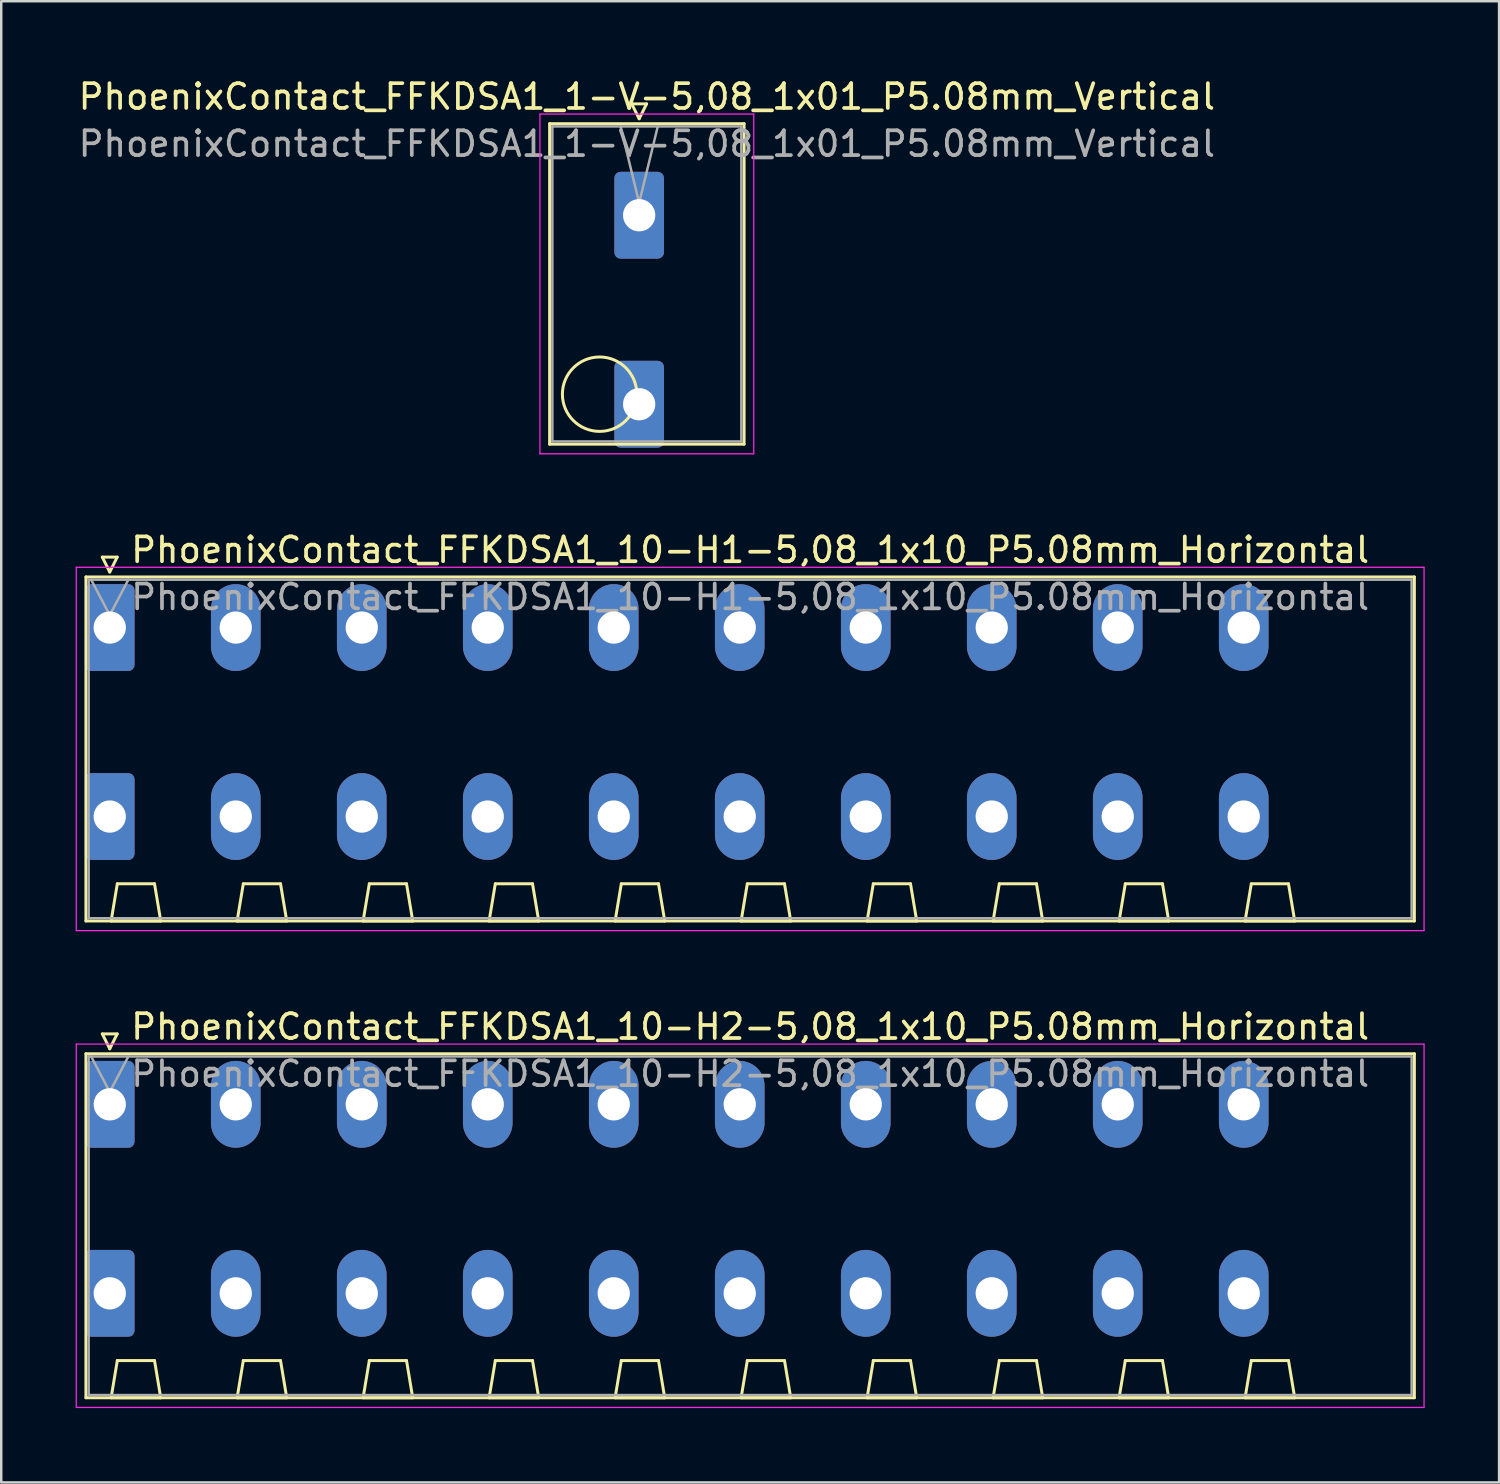
<source format=kicad_pcb>
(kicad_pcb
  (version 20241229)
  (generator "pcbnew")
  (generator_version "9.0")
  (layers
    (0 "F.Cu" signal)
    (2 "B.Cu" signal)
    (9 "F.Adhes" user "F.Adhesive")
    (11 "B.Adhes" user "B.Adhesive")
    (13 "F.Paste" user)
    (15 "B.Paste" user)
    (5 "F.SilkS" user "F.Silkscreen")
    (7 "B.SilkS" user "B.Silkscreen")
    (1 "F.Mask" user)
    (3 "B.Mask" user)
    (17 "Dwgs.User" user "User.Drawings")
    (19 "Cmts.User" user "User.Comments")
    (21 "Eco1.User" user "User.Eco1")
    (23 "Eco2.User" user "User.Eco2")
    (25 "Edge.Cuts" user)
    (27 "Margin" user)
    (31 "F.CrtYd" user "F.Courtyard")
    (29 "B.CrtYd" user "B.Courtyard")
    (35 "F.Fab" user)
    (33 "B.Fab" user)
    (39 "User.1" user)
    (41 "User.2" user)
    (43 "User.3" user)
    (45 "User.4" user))
  (footprint "PhoenixContact_FFKDSA1_1-V-5,08_1x01_P5.08mm_Vertical"
    (layer "F.Cu")
    (at 22.72 5.628)
    (property "Reference" "PhoenixContact_FFKDSA1_1-V-5,08_1x01_P5.08mm_Vertical" (at 0.31 -4.78 0) (layer "F.SilkS") (effects (font (size 1 1) (thickness 0.15))))
    (attr through_hole)
    (fp_line (start -3.61 -3.69) (end -3.61 9.23) (stroke (width 0.12) (type solid)) (layer "F.SilkS"))
    (fp_line (start -3.61 9.23) (end 4.23 9.23) (stroke (width 0.12) (type solid)) (layer "F.SilkS"))
    (fp_line (start -0.3 -4.49) (end 0.3 -4.49) (stroke (width 0.12) (type solid)) (layer "F.SilkS"))
    (fp_line (start 0 -3.89) (end -0.3 -4.49) (stroke (width 0.12) (type solid)) (layer "F.SilkS"))
    (fp_line (start 0.3 -4.49) (end 0 -3.89) (stroke (width 0.12) (type solid)) (layer "F.SilkS"))
    (fp_line (start 4.23 -3.69) (end -3.61 -3.69) (stroke (width 0.12) (type solid)) (layer "F.SilkS"))
    (fp_line (start 4.23 9.23) (end 4.23 -3.69) (stroke (width 0.12) (type solid)) (layer "F.SilkS"))
    (fp_circle (center -1.595 7.215) (end -0.095 7.215) (stroke (width 0.12) (type solid)) (fill no) (layer "F.SilkS"))
    (fp_line (start -4 -4.08) (end -4 9.62) (stroke (width 0.05) (type solid)) (layer "F.CrtYd"))
    (fp_line (start -4 9.62) (end 4.62 9.62) (stroke (width 0.05) (type solid)) (layer "F.CrtYd"))
    (fp_line (start 4.62 -4.08) (end -4 -4.08) (stroke (width 0.05) (type solid)) (layer "F.CrtYd"))
    (fp_line (start 4.62 9.62) (end 4.62 -4.08) (stroke (width 0.05) (type solid)) (layer "F.CrtYd"))
    (fp_line (start -3.5 -3.58) (end -3.5 9.12) (stroke (width 0.1) (type solid)) (layer "F.Fab"))
    (fp_line (start -3.5 9.12) (end 4.12 9.12) (stroke (width 0.1) (type solid)) (layer "F.Fab"))
    (fp_line (start 0 -0.5) (end -0.75 -3.58) (stroke (width 0.1) (type solid)) (layer "F.Fab"))
    (fp_line (start 0.75 -3.58) (end 0 -0.5) (stroke (width 0.1) (type solid)) (layer "F.Fab"))
    (fp_line (start 4.12 -3.58) (end -3.5 -3.58) (stroke (width 0.1) (type solid)) (layer "F.Fab"))
    (fp_line (start 4.12 9.12) (end 4.12 -3.58) (stroke (width 0.1) (type solid)) (layer "F.Fab"))
    (fp_text user "${REFERENCE}" (at 0.31 -2.88 0) (layer "F.Fab") (effects (font (size 1 1) (thickness 0.15))))
    (pad "1" thru_hole roundrect (at 0 0) (size 2 3.5) (drill 1.3) (layers "*.Cu" "*.Mask") (roundrect_rratio 0.125))
    (pad "1" thru_hole roundrect (at 0 7.62) (size 2 3.5) (drill 1.3) (layers "*.Cu" "*.Mask") (roundrect_rratio 0.125)))
  (footprint "PhoenixContact_FFKDSA1_10-H1-5,08_1x10_P5.08mm_Horizontal"
    (layer "F.Cu")
    (at 1.375 22.252)
    (property "Reference" "PhoenixContact_FFKDSA1_10-H1-5,08_1x10_P5.08mm_Horizontal" (at 25.82 -3.13 0) (layer "F.SilkS") (effects (font (size 1 1) (thickness 0.15))))
    (attr through_hole)
    (fp_line (start -0.96 -2.04) (end -0.96 11.83) (stroke (width 0.12) (type solid)) (layer "F.SilkS"))
    (fp_line (start -0.96 11.83) (end 52.6 11.83) (stroke (width 0.12) (type solid)) (layer "F.SilkS"))
    (fp_line (start -0.3 -2.84) (end 0.3 -2.84) (stroke (width 0.12) (type solid)) (layer "F.SilkS"))
    (fp_line (start 0 -2.24) (end -0.3 -2.84) (stroke (width 0.12) (type solid)) (layer "F.SilkS"))
    (fp_line (start 0.055 11.83) (end 2.055 11.83) (stroke (width 0.12) (type solid)) (layer "F.SilkS"))
    (fp_line (start 0.3 -2.84) (end 0 -2.24) (stroke (width 0.12) (type solid)) (layer "F.SilkS"))
    (fp_line (start 0.305 10.33) (end 0.055 11.83) (stroke (width 0.12) (type solid)) (layer "F.SilkS"))
    (fp_line (start 1.805 10.33) (end 0.305 10.33) (stroke (width 0.12) (type solid)) (layer "F.SilkS"))
    (fp_line (start 2.055 11.83) (end 1.805 10.33) (stroke (width 0.12) (type solid)) (layer "F.SilkS"))
    (fp_line (start 5.135 11.83) (end 7.135 11.83) (stroke (width 0.12) (type solid)) (layer "F.SilkS"))
    (fp_line (start 5.385 10.33) (end 5.135 11.83) (stroke (width 0.12) (type solid)) (layer "F.SilkS"))
    (fp_line (start 6.885 10.33) (end 5.385 10.33) (stroke (width 0.12) (type solid)) (layer "F.SilkS"))
    (fp_line (start 7.135 11.83) (end 6.885 10.33) (stroke (width 0.12) (type solid)) (layer "F.SilkS"))
    (fp_line (start 10.215 11.83) (end 12.215 11.83) (stroke (width 0.12) (type solid)) (layer "F.SilkS"))
    (fp_line (start 10.465 10.33) (end 10.215 11.83) (stroke (width 0.12) (type solid)) (layer "F.SilkS"))
    (fp_line (start 11.965 10.33) (end 10.465 10.33) (stroke (width 0.12) (type solid)) (layer "F.SilkS"))
    (fp_line (start 12.215 11.83) (end 11.965 10.33) (stroke (width 0.12) (type solid)) (layer "F.SilkS"))
    (fp_line (start 15.295 11.83) (end 17.295 11.83) (stroke (width 0.12) (type solid)) (layer "F.SilkS"))
    (fp_line (start 15.545 10.33) (end 15.295 11.83) (stroke (width 0.12) (type solid)) (layer "F.SilkS"))
    (fp_line (start 17.045 10.33) (end 15.545 10.33) (stroke (width 0.12) (type solid)) (layer "F.SilkS"))
    (fp_line (start 17.295 11.83) (end 17.045 10.33) (stroke (width 0.12) (type solid)) (layer "F.SilkS"))
    (fp_line (start 20.375 11.83) (end 22.375 11.83) (stroke (width 0.12) (type solid)) (layer "F.SilkS"))
    (fp_line (start 20.625 10.33) (end 20.375 11.83) (stroke (width 0.12) (type solid)) (layer "F.SilkS"))
    (fp_line (start 22.125 10.33) (end 20.625 10.33) (stroke (width 0.12) (type solid)) (layer "F.SilkS"))
    (fp_line (start 22.375 11.83) (end 22.125 10.33) (stroke (width 0.12) (type solid)) (layer "F.SilkS"))
    (fp_line (start 25.455 11.83) (end 27.455 11.83) (stroke (width 0.12) (type solid)) (layer "F.SilkS"))
    (fp_line (start 25.705 10.33) (end 25.455 11.83) (stroke (width 0.12) (type solid)) (layer "F.SilkS"))
    (fp_line (start 27.205 10.33) (end 25.705 10.33) (stroke (width 0.12) (type solid)) (layer "F.SilkS"))
    (fp_line (start 27.455 11.83) (end 27.205 10.33) (stroke (width 0.12) (type solid)) (layer "F.SilkS"))
    (fp_line (start 30.535 11.83) (end 32.535 11.83) (stroke (width 0.12) (type solid)) (layer "F.SilkS"))
    (fp_line (start 30.785 10.33) (end 30.535 11.83) (stroke (width 0.12) (type solid)) (layer "F.SilkS"))
    (fp_line (start 32.285 10.33) (end 30.785 10.33) (stroke (width 0.12) (type solid)) (layer "F.SilkS"))
    (fp_line (start 32.535 11.83) (end 32.285 10.33) (stroke (width 0.12) (type solid)) (layer "F.SilkS"))
    (fp_line (start 35.615 11.83) (end 37.615 11.83) (stroke (width 0.12) (type solid)) (layer "F.SilkS"))
    (fp_line (start 35.865 10.33) (end 35.615 11.83) (stroke (width 0.12) (type solid)) (layer "F.SilkS"))
    (fp_line (start 37.365 10.33) (end 35.865 10.33) (stroke (width 0.12) (type solid)) (layer "F.SilkS"))
    (fp_line (start 37.615 11.83) (end 37.365 10.33) (stroke (width 0.12) (type solid)) (layer "F.SilkS"))
    (fp_line (start 40.695 11.83) (end 42.695 11.83) (stroke (width 0.12) (type solid)) (layer "F.SilkS"))
    (fp_line (start 40.945 10.33) (end 40.695 11.83) (stroke (width 0.12) (type solid)) (layer "F.SilkS"))
    (fp_line (start 42.445 10.33) (end 40.945 10.33) (stroke (width 0.12) (type solid)) (layer "F.SilkS"))
    (fp_line (start 42.695 11.83) (end 42.445 10.33) (stroke (width 0.12) (type solid)) (layer "F.SilkS"))
    (fp_line (start 45.775 11.83) (end 47.775 11.83) (stroke (width 0.12) (type solid)) (layer "F.SilkS"))
    (fp_line (start 46.025 10.33) (end 45.775 11.83) (stroke (width 0.12) (type solid)) (layer "F.SilkS"))
    (fp_line (start 47.525 10.33) (end 46.025 10.33) (stroke (width 0.12) (type solid)) (layer "F.SilkS"))
    (fp_line (start 47.775 11.83) (end 47.525 10.33) (stroke (width 0.12) (type solid)) (layer "F.SilkS"))
    (fp_line (start 52.6 -2.04) (end -0.96 -2.04) (stroke (width 0.12) (type solid)) (layer "F.SilkS"))
    (fp_line (start 52.6 11.83) (end 52.6 -2.04) (stroke (width 0.12) (type solid)) (layer "F.SilkS"))
    (fp_line (start -1.35 -2.43) (end -1.35 12.22) (stroke (width 0.05) (type solid)) (layer "F.CrtYd"))
    (fp_line (start -1.35 12.22) (end 52.99 12.22) (stroke (width 0.05) (type solid)) (layer "F.CrtYd"))
    (fp_line (start 52.99 -2.43) (end -1.35 -2.43) (stroke (width 0.05) (type solid)) (layer "F.CrtYd"))
    (fp_line (start 52.99 12.22) (end 52.99 -2.43) (stroke (width 0.05) (type solid)) (layer "F.CrtYd"))
    (fp_line (start -0.85 -1.93) (end -0.85 11.72) (stroke (width 0.1) (type solid)) (layer "F.Fab"))
    (fp_line (start -0.85 11.72) (end 52.49 11.72) (stroke (width 0.1) (type solid)) (layer "F.Fab"))
    (fp_line (start 0 -0.5) (end -0.75 -1.93) (stroke (width 0.1) (type solid)) (layer "F.Fab"))
    (fp_line (start 0.75 -1.93) (end 0 -0.5) (stroke (width 0.1) (type solid)) (layer "F.Fab"))
    (fp_line (start 52.49 -1.93) (end -0.85 -1.93) (stroke (width 0.1) (type solid)) (layer "F.Fab"))
    (fp_line (start 52.49 11.72) (end 52.49 -1.93) (stroke (width 0.1) (type solid)) (layer "F.Fab"))
    (fp_text user "${REFERENCE}" (at 25.82 -1.23 0) (layer "F.Fab") (effects (font (size 1 1) (thickness 0.15))))
    (pad "1" thru_hole roundrect (at 0 0) (size 2 3.5) (drill 1.3) (layers "*.Cu" "*.Mask") (roundrect_rratio 0.125))
    (pad "1" thru_hole roundrect (at 0 7.62) (size 2 3.5) (drill 1.3) (layers "*.Cu" "*.Mask") (roundrect_rratio 0.125))
    (pad "2" thru_hole oval (at 5.08 0) (size 2 3.5) (drill 1.3) (layers "*.Cu" "*.Mask"))
    (pad "2" thru_hole oval (at 5.08 7.62) (size 2 3.5) (drill 1.3) (layers "*.Cu" "*.Mask"))
    (pad "3" thru_hole oval (at 10.16 0) (size 2 3.5) (drill 1.3) (layers "*.Cu" "*.Mask"))
    (pad "3" thru_hole oval (at 10.16 7.62) (size 2 3.5) (drill 1.3) (layers "*.Cu" "*.Mask"))
    (pad "4" thru_hole oval (at 15.24 0) (size 2 3.5) (drill 1.3) (layers "*.Cu" "*.Mask"))
    (pad "4" thru_hole oval (at 15.24 7.62) (size 2 3.5) (drill 1.3) (layers "*.Cu" "*.Mask"))
    (pad "5" thru_hole oval (at 20.32 0) (size 2 3.5) (drill 1.3) (layers "*.Cu" "*.Mask"))
    (pad "5" thru_hole oval (at 20.32 7.62) (size 2 3.5) (drill 1.3) (layers "*.Cu" "*.Mask"))
    (pad "6" thru_hole oval (at 25.4 0) (size 2 3.5) (drill 1.3) (layers "*.Cu" "*.Mask"))
    (pad "6" thru_hole oval (at 25.4 7.62) (size 2 3.5) (drill 1.3) (layers "*.Cu" "*.Mask"))
    (pad "7" thru_hole oval (at 30.48 0) (size 2 3.5) (drill 1.3) (layers "*.Cu" "*.Mask"))
    (pad "7" thru_hole oval (at 30.48 7.62) (size 2 3.5) (drill 1.3) (layers "*.Cu" "*.Mask"))
    (pad "8" thru_hole oval (at 35.56 0) (size 2 3.5) (drill 1.3) (layers "*.Cu" "*.Mask"))
    (pad "8" thru_hole oval (at 35.56 7.62) (size 2 3.5) (drill 1.3) (layers "*.Cu" "*.Mask"))
    (pad "9" thru_hole oval (at 40.64 0) (size 2 3.5) (drill 1.3) (layers "*.Cu" "*.Mask"))
    (pad "9" thru_hole oval (at 40.64 7.62) (size 2 3.5) (drill 1.3) (layers "*.Cu" "*.Mask"))
    (pad "10" thru_hole oval (at 45.72 0) (size 2 3.5) (drill 1.3) (layers "*.Cu" "*.Mask"))
    (pad "10" thru_hole oval (at 45.72 7.62) (size 2 3.5) (drill 1.3) (layers "*.Cu" "*.Mask")))
  (footprint "PhoenixContact_FFKDSA1_10-H2-5,08_1x10_P5.08mm_Horizontal"
    (layer "F.Cu")
    (at 1.375 41.475)
    (property "Reference" "PhoenixContact_FFKDSA1_10-H2-5,08_1x10_P5.08mm_Horizontal" (at 25.82 -3.13 0) (layer "F.SilkS") (effects (font (size 1 1) (thickness 0.15))))
    (attr through_hole)
    (fp_line (start -0.96 -2.04) (end -0.96 11.83) (stroke (width 0.12) (type solid)) (layer "F.SilkS"))
    (fp_line (start -0.96 11.83) (end 52.6 11.83) (stroke (width 0.12) (type solid)) (layer "F.SilkS"))
    (fp_line (start -0.3 -2.84) (end 0.3 -2.84) (stroke (width 0.12) (type solid)) (layer "F.SilkS"))
    (fp_line (start 0 -2.24) (end -0.3 -2.84) (stroke (width 0.12) (type solid)) (layer "F.SilkS"))
    (fp_line (start 0.055 11.83) (end 2.055 11.83) (stroke (width 0.12) (type solid)) (layer "F.SilkS"))
    (fp_line (start 0.3 -2.84) (end 0 -2.24) (stroke (width 0.12) (type solid)) (layer "F.SilkS"))
    (fp_line (start 0.305 10.33) (end 0.055 11.83) (stroke (width 0.12) (type solid)) (layer "F.SilkS"))
    (fp_line (start 1.805 10.33) (end 0.305 10.33) (stroke (width 0.12) (type solid)) (layer "F.SilkS"))
    (fp_line (start 2.055 11.83) (end 1.805 10.33) (stroke (width 0.12) (type solid)) (layer "F.SilkS"))
    (fp_line (start 5.135 11.83) (end 7.135 11.83) (stroke (width 0.12) (type solid)) (layer "F.SilkS"))
    (fp_line (start 5.385 10.33) (end 5.135 11.83) (stroke (width 0.12) (type solid)) (layer "F.SilkS"))
    (fp_line (start 6.885 10.33) (end 5.385 10.33) (stroke (width 0.12) (type solid)) (layer "F.SilkS"))
    (fp_line (start 7.135 11.83) (end 6.885 10.33) (stroke (width 0.12) (type solid)) (layer "F.SilkS"))
    (fp_line (start 10.215 11.83) (end 12.215 11.83) (stroke (width 0.12) (type solid)) (layer "F.SilkS"))
    (fp_line (start 10.465 10.33) (end 10.215 11.83) (stroke (width 0.12) (type solid)) (layer "F.SilkS"))
    (fp_line (start 11.965 10.33) (end 10.465 10.33) (stroke (width 0.12) (type solid)) (layer "F.SilkS"))
    (fp_line (start 12.215 11.83) (end 11.965 10.33) (stroke (width 0.12) (type solid)) (layer "F.SilkS"))
    (fp_line (start 15.295 11.83) (end 17.295 11.83) (stroke (width 0.12) (type solid)) (layer "F.SilkS"))
    (fp_line (start 15.545 10.33) (end 15.295 11.83) (stroke (width 0.12) (type solid)) (layer "F.SilkS"))
    (fp_line (start 17.045 10.33) (end 15.545 10.33) (stroke (width 0.12) (type solid)) (layer "F.SilkS"))
    (fp_line (start 17.295 11.83) (end 17.045 10.33) (stroke (width 0.12) (type solid)) (layer "F.SilkS"))
    (fp_line (start 20.375 11.83) (end 22.375 11.83) (stroke (width 0.12) (type solid)) (layer "F.SilkS"))
    (fp_line (start 20.625 10.33) (end 20.375 11.83) (stroke (width 0.12) (type solid)) (layer "F.SilkS"))
    (fp_line (start 22.125 10.33) (end 20.625 10.33) (stroke (width 0.12) (type solid)) (layer "F.SilkS"))
    (fp_line (start 22.375 11.83) (end 22.125 10.33) (stroke (width 0.12) (type solid)) (layer "F.SilkS"))
    (fp_line (start 25.455 11.83) (end 27.455 11.83) (stroke (width 0.12) (type solid)) (layer "F.SilkS"))
    (fp_line (start 25.705 10.33) (end 25.455 11.83) (stroke (width 0.12) (type solid)) (layer "F.SilkS"))
    (fp_line (start 27.205 10.33) (end 25.705 10.33) (stroke (width 0.12) (type solid)) (layer "F.SilkS"))
    (fp_line (start 27.455 11.83) (end 27.205 10.33) (stroke (width 0.12) (type solid)) (layer "F.SilkS"))
    (fp_line (start 30.535 11.83) (end 32.535 11.83) (stroke (width 0.12) (type solid)) (layer "F.SilkS"))
    (fp_line (start 30.785 10.33) (end 30.535 11.83) (stroke (width 0.12) (type solid)) (layer "F.SilkS"))
    (fp_line (start 32.285 10.33) (end 30.785 10.33) (stroke (width 0.12) (type solid)) (layer "F.SilkS"))
    (fp_line (start 32.535 11.83) (end 32.285 10.33) (stroke (width 0.12) (type solid)) (layer "F.SilkS"))
    (fp_line (start 35.615 11.83) (end 37.615 11.83) (stroke (width 0.12) (type solid)) (layer "F.SilkS"))
    (fp_line (start 35.865 10.33) (end 35.615 11.83) (stroke (width 0.12) (type solid)) (layer "F.SilkS"))
    (fp_line (start 37.365 10.33) (end 35.865 10.33) (stroke (width 0.12) (type solid)) (layer "F.SilkS"))
    (fp_line (start 37.615 11.83) (end 37.365 10.33) (stroke (width 0.12) (type solid)) (layer "F.SilkS"))
    (fp_line (start 40.695 11.83) (end 42.695 11.83) (stroke (width 0.12) (type solid)) (layer "F.SilkS"))
    (fp_line (start 40.945 10.33) (end 40.695 11.83) (stroke (width 0.12) (type solid)) (layer "F.SilkS"))
    (fp_line (start 42.445 10.33) (end 40.945 10.33) (stroke (width 0.12) (type solid)) (layer "F.SilkS"))
    (fp_line (start 42.695 11.83) (end 42.445 10.33) (stroke (width 0.12) (type solid)) (layer "F.SilkS"))
    (fp_line (start 45.775 11.83) (end 47.775 11.83) (stroke (width 0.12) (type solid)) (layer "F.SilkS"))
    (fp_line (start 46.025 10.33) (end 45.775 11.83) (stroke (width 0.12) (type solid)) (layer "F.SilkS"))
    (fp_line (start 47.525 10.33) (end 46.025 10.33) (stroke (width 0.12) (type solid)) (layer "F.SilkS"))
    (fp_line (start 47.775 11.83) (end 47.525 10.33) (stroke (width 0.12) (type solid)) (layer "F.SilkS"))
    (fp_line (start 52.6 -2.04) (end -0.96 -2.04) (stroke (width 0.12) (type solid)) (layer "F.SilkS"))
    (fp_line (start 52.6 11.83) (end 52.6 -2.04) (stroke (width 0.12) (type solid)) (layer "F.SilkS"))
    (fp_line (start -1.35 -2.43) (end -1.35 12.22) (stroke (width 0.05) (type solid)) (layer "F.CrtYd"))
    (fp_line (start -1.35 12.22) (end 52.99 12.22) (stroke (width 0.05) (type solid)) (layer "F.CrtYd"))
    (fp_line (start 52.99 -2.43) (end -1.35 -2.43) (stroke (width 0.05) (type solid)) (layer "F.CrtYd"))
    (fp_line (start 52.99 12.22) (end 52.99 -2.43) (stroke (width 0.05) (type solid)) (layer "F.CrtYd"))
    (fp_line (start -0.85 -1.93) (end -0.85 11.72) (stroke (width 0.1) (type solid)) (layer "F.Fab"))
    (fp_line (start -0.85 11.72) (end 52.49 11.72) (stroke (width 0.1) (type solid)) (layer "F.Fab"))
    (fp_line (start 0 -0.5) (end -0.75 -1.93) (stroke (width 0.1) (type solid)) (layer "F.Fab"))
    (fp_line (start 0.75 -1.93) (end 0 -0.5) (stroke (width 0.1) (type solid)) (layer "F.Fab"))
    (fp_line (start 52.49 -1.93) (end -0.85 -1.93) (stroke (width 0.1) (type solid)) (layer "F.Fab"))
    (fp_line (start 52.49 11.72) (end 52.49 -1.93) (stroke (width 0.1) (type solid)) (layer "F.Fab"))
    (fp_text user "${REFERENCE}" (at 25.82 -1.23 0) (layer "F.Fab") (effects (font (size 1 1) (thickness 0.15))))
    (pad "1" thru_hole roundrect (at 0 0) (size 2 3.5) (drill 1.3) (layers "*.Cu" "*.Mask") (roundrect_rratio 0.125))
    (pad "1" thru_hole roundrect (at 0 7.62) (size 2 3.5) (drill 1.3) (layers "*.Cu" "*.Mask") (roundrect_rratio 0.125))
    (pad "2" thru_hole oval (at 5.08 0) (size 2 3.5) (drill 1.3) (layers "*.Cu" "*.Mask"))
    (pad "2" thru_hole oval (at 5.08 7.62) (size 2 3.5) (drill 1.3) (layers "*.Cu" "*.Mask"))
    (pad "3" thru_hole oval (at 10.16 0) (size 2 3.5) (drill 1.3) (layers "*.Cu" "*.Mask"))
    (pad "3" thru_hole oval (at 10.16 7.62) (size 2 3.5) (drill 1.3) (layers "*.Cu" "*.Mask"))
    (pad "4" thru_hole oval (at 15.24 0) (size 2 3.5) (drill 1.3) (layers "*.Cu" "*.Mask"))
    (pad "4" thru_hole oval (at 15.24 7.62) (size 2 3.5) (drill 1.3) (layers "*.Cu" "*.Mask"))
    (pad "5" thru_hole oval (at 20.32 0) (size 2 3.5) (drill 1.3) (layers "*.Cu" "*.Mask"))
    (pad "5" thru_hole oval (at 20.32 7.62) (size 2 3.5) (drill 1.3) (layers "*.Cu" "*.Mask"))
    (pad "6" thru_hole oval (at 25.4 0) (size 2 3.5) (drill 1.3) (layers "*.Cu" "*.Mask"))
    (pad "6" thru_hole oval (at 25.4 7.62) (size 2 3.5) (drill 1.3) (layers "*.Cu" "*.Mask"))
    (pad "7" thru_hole oval (at 30.48 0) (size 2 3.5) (drill 1.3) (layers "*.Cu" "*.Mask"))
    (pad "7" thru_hole oval (at 30.48 7.62) (size 2 3.5) (drill 1.3) (layers "*.Cu" "*.Mask"))
    (pad "8" thru_hole oval (at 35.56 0) (size 2 3.5) (drill 1.3) (layers "*.Cu" "*.Mask"))
    (pad "8" thru_hole oval (at 35.56 7.62) (size 2 3.5) (drill 1.3) (layers "*.Cu" "*.Mask"))
    (pad "9" thru_hole oval (at 40.64 0) (size 2 3.5) (drill 1.3) (layers "*.Cu" "*.Mask"))
    (pad "9" thru_hole oval (at 40.64 7.62) (size 2 3.5) (drill 1.3) (layers "*.Cu" "*.Mask"))
    (pad "10" thru_hole oval (at 45.72 0) (size 2 3.5) (drill 1.3) (layers "*.Cu" "*.Mask"))
    (pad "10" thru_hole oval (at 45.72 7.62) (size 2 3.5) (drill 1.3) (layers "*.Cu" "*.Mask")))
  (gr_rect
    (start -3 -3)
    (end 57.39 56.72)
    (stroke (width 0.1) (type default))
    (fill no)
    (layer "Edge.Cuts")))
</source>
